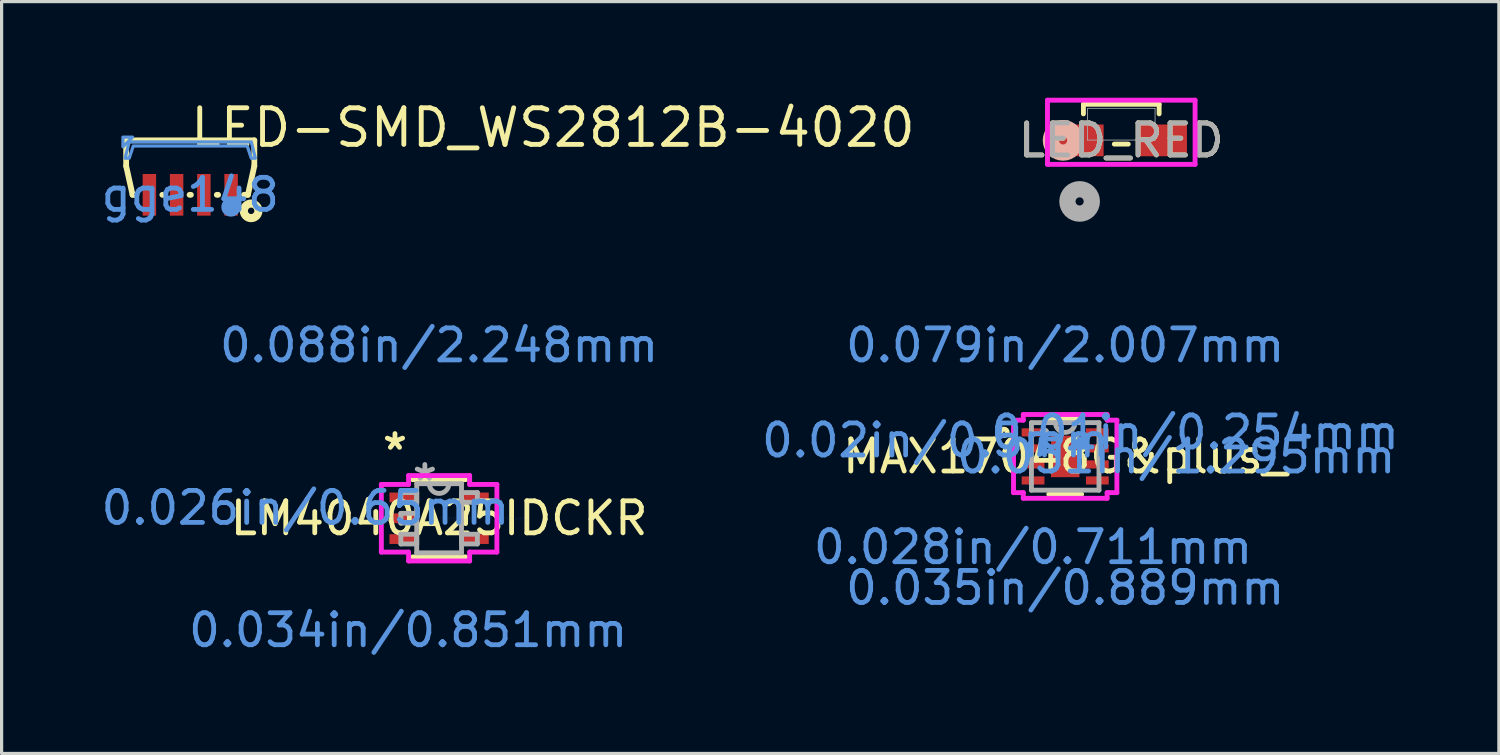
<source format=kicad_pcb>
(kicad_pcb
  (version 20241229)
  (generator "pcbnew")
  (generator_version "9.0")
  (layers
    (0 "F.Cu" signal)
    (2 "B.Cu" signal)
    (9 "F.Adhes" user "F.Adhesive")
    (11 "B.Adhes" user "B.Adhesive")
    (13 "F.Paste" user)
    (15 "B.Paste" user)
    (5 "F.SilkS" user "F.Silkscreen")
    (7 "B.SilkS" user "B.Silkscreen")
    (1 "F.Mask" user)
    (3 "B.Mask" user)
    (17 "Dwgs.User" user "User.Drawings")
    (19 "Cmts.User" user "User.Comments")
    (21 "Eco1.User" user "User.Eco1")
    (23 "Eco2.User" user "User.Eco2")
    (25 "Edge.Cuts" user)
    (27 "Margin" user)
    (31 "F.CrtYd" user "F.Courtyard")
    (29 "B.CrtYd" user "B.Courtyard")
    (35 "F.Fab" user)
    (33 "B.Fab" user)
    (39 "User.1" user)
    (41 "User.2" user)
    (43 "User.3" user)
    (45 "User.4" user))
  (footprint "LED_RED"
    (layer "F.Cu")
    (at 31.943 0.826)
    (property "Reference" "LED_RED" (at 0 0.505 0) (unlocked yes) (layer "F.SilkS") (effects (font (size 1 1) (thickness 0.15))))
    (attr smd)
    (fp_line (start -1.181 -0.622) (end -1.181 -0.323) (stroke (width 0.152) (type solid)) (layer "F.SilkS"))
    (fp_line (start -0.218 0.622) (end 0.218 0.622) (stroke (width 0.152) (type solid)) (layer "F.SilkS"))
    (fp_line (start 1.181 -0.622) (end -1.181 -0.622) (stroke (width 0.152) (type solid)) (layer "F.SilkS"))
    (fp_line (start 1.181 -0.323) (end 1.181 -0.622) (stroke (width 0.152) (type solid)) (layer "F.SilkS"))
    (fp_circle (center -1.816 0.505) (end -1.435 0.505) (stroke (width 0.508) (type solid)) (fill no) (layer "B.SilkS"))
    (fp_line (start -2.303 -0.749) (end -2.303 1.254) (stroke (width 0.152) (type solid)) (layer "F.CrtYd"))
    (fp_line (start -2.303 1.254) (end 2.303 1.254) (stroke (width 0.152) (type solid)) (layer "F.CrtYd"))
    (fp_line (start 2.303 -0.749) (end -2.303 -0.749) (stroke (width 0.152) (type solid)) (layer "F.CrtYd"))
    (fp_line (start 2.303 1.254) (end 2.303 -0.749) (stroke (width 0.152) (type solid)) (layer "F.CrtYd"))
    (fp_line (start -1.054 -0.495) (end -1.054 0.495) (stroke (width 0.025) (type solid)) (layer "F.Fab"))
    (fp_line (start -1.054 0.495) (end 1.054 0.495) (stroke (width 0.025) (type solid)) (layer "F.Fab"))
    (fp_line (start 1.054 -0.495) (end -1.054 -0.495) (stroke (width 0.025) (type solid)) (layer "F.Fab"))
    (fp_line (start 1.054 0.495) (end 1.054 -0.495) (stroke (width 0.025) (type solid)) (layer "F.Fab"))
    (fp_circle (center -1.3 2.41) (end -0.919 2.41) (stroke (width 0.508) (type solid)) (fill no) (layer "F.Fab"))
    (fp_text user "${REFERENCE}" (at 0 0.505 0) (unlocked yes) (layer "F.Fab") (effects (font (size 1 1) (thickness 0.15))))
    (pad "1" smd rect (at -1.3 0.505) (size 1.499 0.991) (layers "F.Cu" "F.Mask" "F.Paste"))
    (pad "2" smd rect (at 1.3 0.505) (size 1.499 0.991) (layers "F.Cu" "F.Mask" "F.Paste")))
  (footprint "LM4040A25IDCKR"
    (layer "F.Cu")
    (at 10.654 13.124)
    (property "Reference" "LM4040A25IDCKR" (at 0 0 0) (layer "F.SilkS") (effects (font (size 1 1) (thickness 0.15))))
    (attr through_hole)
    (fp_line (start -0.826 1.206) (end 0.826 1.206) (stroke (width 0.152) (type solid)) (layer "F.SilkS"))
    (fp_line (start 0.826 -1.206) (end -0.826 -1.206) (stroke (width 0.152) (type solid)) (layer "F.SilkS"))
    (fp_line (start 0.826 0.165) (end 0.826 -0.165) (stroke (width 0.152) (type solid)) (layer "F.SilkS"))
    (fp_line (start -1.803 -1.056) (end -0.953 -1.056) (stroke (width 0.152) (type solid)) (layer "F.CrtYd"))
    (fp_line (start -1.803 1.056) (end -1.803 -1.056) (stroke (width 0.152) (type solid)) (layer "F.CrtYd"))
    (fp_line (start -0.953 -1.333) (end 0.953 -1.333) (stroke (width 0.152) (type solid)) (layer "F.CrtYd"))
    (fp_line (start -0.953 -1.056) (end -0.953 -1.333) (stroke (width 0.152) (type solid)) (layer "F.CrtYd"))
    (fp_line (start -0.953 1.056) (end -1.803 1.056) (stroke (width 0.152) (type solid)) (layer "F.CrtYd"))
    (fp_line (start -0.953 1.333) (end -0.953 1.056) (stroke (width 0.152) (type solid)) (layer "F.CrtYd"))
    (fp_line (start 0.953 -1.333) (end 0.953 -1.056) (stroke (width 0.152) (type solid)) (layer "F.CrtYd"))
    (fp_line (start 0.953 -1.056) (end 1.803 -1.056) (stroke (width 0.152) (type solid)) (layer "F.CrtYd"))
    (fp_line (start 0.953 1.056) (end 0.953 1.333) (stroke (width 0.152) (type solid)) (layer "F.CrtYd"))
    (fp_line (start 0.953 1.333) (end -0.953 1.333) (stroke (width 0.152) (type solid)) (layer "F.CrtYd"))
    (fp_line (start 1.803 -1.056) (end 1.803 1.056) (stroke (width 0.152) (type solid)) (layer "F.CrtYd"))
    (fp_line (start 1.803 1.056) (end 0.953 1.056) (stroke (width 0.152) (type solid)) (layer "F.CrtYd"))
    (fp_line (start -1.194 -0.802) (end -1.194 -0.498) (stroke (width 0.152) (type solid)) (layer "F.Fab"))
    (fp_line (start -1.194 -0.498) (end -0.699 -0.498) (stroke (width 0.152) (type solid)) (layer "F.Fab"))
    (fp_line (start -1.194 -0.152) (end -1.194 0.152) (stroke (width 0.152) (type solid)) (layer "F.Fab"))
    (fp_line (start -1.194 0.152) (end -0.699 0.152) (stroke (width 0.152) (type solid)) (layer "F.Fab"))
    (fp_line (start -1.194 0.498) (end -1.194 0.802) (stroke (width 0.152) (type solid)) (layer "F.Fab"))
    (fp_line (start -1.194 0.802) (end -0.699 0.802) (stroke (width 0.152) (type solid)) (layer "F.Fab"))
    (fp_line (start -0.699 -1.079) (end -0.699 1.079) (stroke (width 0.152) (type solid)) (layer "F.Fab"))
    (fp_line (start -0.699 -0.802) (end -1.194 -0.802) (stroke (width 0.152) (type solid)) (layer "F.Fab"))
    (fp_line (start -0.699 -0.498) (end -0.699 -0.802) (stroke (width 0.152) (type solid)) (layer "F.Fab"))
    (fp_line (start -0.699 -0.152) (end -1.194 -0.152) (stroke (width 0.152) (type solid)) (layer "F.Fab"))
    (fp_line (start -0.699 0.152) (end -0.699 -0.152) (stroke (width 0.152) (type solid)) (layer "F.Fab"))
    (fp_line (start -0.699 0.498) (end -1.194 0.498) (stroke (width 0.152) (type solid)) (layer "F.Fab"))
    (fp_line (start -0.699 0.802) (end -0.699 0.498) (stroke (width 0.152) (type solid)) (layer "F.Fab"))
    (fp_line (start -0.699 1.079) (end 0.699 1.079) (stroke (width 0.152) (type solid)) (layer "F.Fab"))
    (fp_line (start 0.699 -1.079) (end -0.699 -1.079) (stroke (width 0.152) (type solid)) (layer "F.Fab"))
    (fp_line (start 0.699 -0.802) (end 0.699 -0.498) (stroke (width 0.152) (type solid)) (layer "F.Fab"))
    (fp_line (start 0.699 -0.498) (end 1.194 -0.498) (stroke (width 0.152) (type solid)) (layer "F.Fab"))
    (fp_line (start 0.699 0.498) (end 0.699 0.802) (stroke (width 0.152) (type solid)) (layer "F.Fab"))
    (fp_line (start 0.699 0.802) (end 1.194 0.802) (stroke (width 0.152) (type solid)) (layer "F.Fab"))
    (fp_line (start 0.699 1.079) (end 0.699 -1.079) (stroke (width 0.152) (type solid)) (layer "F.Fab"))
    (fp_line (start 1.194 -0.802) (end 0.699 -0.802) (stroke (width 0.152) (type solid)) (layer "F.Fab"))
    (fp_line (start 1.194 -0.498) (end 1.194 -0.802) (stroke (width 0.152) (type solid)) (layer "F.Fab"))
    (fp_line (start 1.194 0.498) (end 0.699 0.498) (stroke (width 0.152) (type solid)) (layer "F.Fab"))
    (fp_line (start 1.194 0.802) (end 1.194 0.498) (stroke (width 0.152) (type solid)) (layer "F.Fab"))
    (fp_arc (start 0.3048 -1.0795) (mid 0 -0.7747) (end -0.3048 -1.0795) (stroke (width 0.1524) (type solid)) (layer "F.Fab"))
    (fp_text user "*" (at -1.378 -2.098 0) (layer "F.SilkS") (effects (font (size 1 1) (thickness 0.15))))
    (fp_text user "0.088in/2.248mm" (at 0 -5.397 0) (layer "Cmts.User") (effects (font (size 1 1) (thickness 0.15))))
    (fp_text user "Copyright 2016 Accelerated Designs. All rights reserved." (at 0 0 0) (layer "Cmts.User") (effects (font (size 0.127 0.127) (thickness 0.002))))
    (fp_text user "0.034in/0.851mm" (at -0.965 3.493 0) (layer "Cmts.User") (effects (font (size 1 1) (thickness 0.15))))
    (fp_text user "0.026in/0.65mm" (at -4.172 -0.325 0) (layer "Cmts.User") (effects (font (size 1 1) (thickness 0.15))))
    (fp_text user "*" (at -0.445 -1.133 0) (layer "F.Fab") (effects (font (size 1 1) (thickness 0.15))))
    (pad "1" smd rect (at -1.124 -0.65) (size 0.851 0.305) (layers "F.Cu" "F.Mask" "F.Paste"))
    (pad "2" smd rect (at -1.124 0) (size 0.851 0.305) (layers "F.Cu" "F.Mask" "F.Paste"))
    (pad "3" smd rect (at -1.124 0.65) (size 0.851 0.305) (layers "F.Cu" "F.Mask" "F.Paste"))
    (pad "4" smd rect (at 1.124 0.65) (size 0.851 0.305) (layers "F.Cu" "F.Mask" "F.Paste"))
    (pad "5" smd rect (at 1.124 -0.65) (size 0.851 0.305) (layers "F.Cu" "F.Mask" "F.Paste")))
  (footprint "MAX17048G&plus_"
    (layer "F.Cu")
    (at 30.193 11.194)
    (property "Reference" "MAX17048G&plus_" (at 0 0 0) (layer "F.SilkS") (effects (font (size 1 1) (thickness 0.15))))
    (attr through_hole)
    (fp_line (start -0.513 1.181) (end 0.513 1.181) (stroke (width 0.152) (type solid)) (layer "F.SilkS"))
    (fp_line (start 0.513 -1.181) (end -0.513 -1.181) (stroke (width 0.152) (type solid)) (layer "F.SilkS"))
    (fp_circle (center -1.91 -0.75) (end -1.808 -0.75) (stroke (width 0.152) (type solid)) (fill no) (layer "F.SilkS"))
    (fp_line (start -1.613 -1.131) (end -1.308 -1.131) (stroke (width 0.152) (type solid)) (layer "F.CrtYd"))
    (fp_line (start -1.613 1.131) (end -1.613 -1.131) (stroke (width 0.152) (type solid)) (layer "F.CrtYd"))
    (fp_line (start -1.613 1.131) (end -1.308 1.131) (stroke (width 0.152) (type solid)) (layer "F.CrtYd"))
    (fp_line (start -1.308 -1.308) (end 1.308 -1.308) (stroke (width 0.152) (type solid)) (layer "F.CrtYd"))
    (fp_line (start -1.308 -1.131) (end -1.308 -1.308) (stroke (width 0.152) (type solid)) (layer "F.CrtYd"))
    (fp_line (start -1.308 1.308) (end -1.308 1.131) (stroke (width 0.152) (type solid)) (layer "F.CrtYd"))
    (fp_line (start 1.308 -1.308) (end 1.308 -1.131) (stroke (width 0.152) (type solid)) (layer "F.CrtYd"))
    (fp_line (start 1.308 1.131) (end 1.308 1.308) (stroke (width 0.152) (type solid)) (layer "F.CrtYd"))
    (fp_line (start 1.308 1.308) (end -1.308 1.308) (stroke (width 0.152) (type solid)) (layer "F.CrtYd"))
    (fp_line (start 1.613 -1.131) (end 1.308 -1.131) (stroke (width 0.152) (type solid)) (layer "F.CrtYd"))
    (fp_line (start 1.613 -1.131) (end 1.613 1.131) (stroke (width 0.152) (type solid)) (layer "F.CrtYd"))
    (fp_line (start 1.613 1.131) (end 1.308 1.131) (stroke (width 0.152) (type solid)) (layer "F.CrtYd"))
    (fp_line (start -1.054 -1.054) (end -1.054 1.054) (stroke (width 0.152) (type solid)) (layer "F.Fab"))
    (fp_line (start -1.054 1.054) (end 1.054 1.054) (stroke (width 0.152) (type solid)) (layer "F.Fab"))
    (fp_line (start 1.054 -1.054) (end -1.054 -1.054) (stroke (width 0.152) (type solid)) (layer "F.Fab"))
    (fp_line (start 1.054 1.054) (end 1.054 -1.054) (stroke (width 0.152) (type solid)) (layer "F.Fab"))
    (fp_arc (start 0.3048 -1.0541) (mid 0 -0.7493) (end -0.3048 -1.0541) (stroke (width 0.1524) (type solid)) (layer "F.Fab"))
    (fp_circle (center -0.648 -0.75) (end -0.572 -0.75) (stroke (width 0.152) (type solid)) (fill no) (layer "F.Fab"))
    (fp_text user "0.079in/2.007mm" (at 0 -3.467 0) (layer "Cmts.User") (effects (font (size 1 1) (thickness 0.15))))
    (fp_text user "0.01in/0.254mm" (at 4.051 -0.75 0) (layer "Cmts.User") (effects (font (size 1 1) (thickness 0.15))))
    (fp_text user "0.051in/1.295mm" (at 3.467 0 0) (layer "Cmts.User") (effects (font (size 1 1) (thickness 0.15))))
    (fp_text user "0.02in/0.5mm" (at -4.051 -0.5 0) (layer "Cmts.User") (effects (font (size 1 1) (thickness 0.15))))
    (fp_text user "0.028in/0.711mm" (at -1.003 2.832 0) (layer "Cmts.User") (effects (font (size 1 1) (thickness 0.15))))
    (fp_text user "Copyright 2016 Accelerated Designs. All rights reserved." (at 0 0 0) (layer "Cmts.User") (effects (font (size 0.127 0.127) (thickness 0.002))))
    (fp_text user "0.035in/0.889mm" (at 0 4.102 0) (layer "Cmts.User") (effects (font (size 1 1) (thickness 0.15))))
    (pad "1" smd rect (at -1.003 -0.75) (size 0.711 0.254) (layers "F.Cu" "F.Mask" "F.Paste"))
    (pad "2" smd rect (at -1.003 -0.25) (size 0.711 0.254) (layers "F.Cu" "F.Mask" "F.Paste"))
    (pad "3" smd rect (at -1.003 0.25) (size 0.711 0.254) (layers "F.Cu" "F.Mask" "F.Paste"))
    (pad "4" smd rect (at -1.003 0.75) (size 0.711 0.254) (layers "F.Cu" "F.Mask" "F.Paste"))
    (pad "5" smd rect (at 1.003 0.75) (size 0.711 0.254) (layers "F.Cu" "F.Mask" "F.Paste"))
    (pad "6" smd rect (at 1.003 0.25) (size 0.711 0.254) (layers "F.Cu" "F.Mask" "F.Paste"))
    (pad "7" smd rect (at 1.003 -0.25) (size 0.711 0.254) (layers "F.Cu" "F.Mask" "F.Paste"))
    (pad "8" smd rect (at 1.003 -0.75) (size 0.711 0.254) (layers "F.Cu" "F.Mask" "F.Paste"))
    (pad "9" smd rect (at 0 0) (size 0.889 1.295) (layers "F.Cu" "F.Mask" "F.Paste")))
  (footprint "LED-SMD_WS2812B-4020"
    (layer "F.Cu")
    (at 2.887 3.03)
    (property "Reference" "LED-SMD_WS2812B-4020" (at -0.075 -2.095 0) (layer "F.SilkS") (effects (font (size 1.143 1.143) (thickness 0.152)) (justify left)))
    (attr smd)
    (fp_line (start -2 -1.7) (end 2 -1.7) (stroke (width 0.18) (type solid)) (layer "F.SilkS"))
    (fp_line (start -2 -0.9) (end -2 -1.7) (stroke (width 0.18) (type solid)) (layer "F.SilkS"))
    (fp_line (start -1.8 0) (end -2 -0.9) (stroke (width 0.18) (type solid)) (layer "F.SilkS"))
    (fp_line (start -1.679 0) (end -1.8 0) (stroke (width 0.18) (type solid)) (layer "F.SilkS"))
    (fp_line (start -0.829 0) (end -0.871 0) (stroke (width 0.18) (type solid)) (layer "F.SilkS"))
    (fp_line (start 0.021 0) (end -0.021 0) (stroke (width 0.18) (type solid)) (layer "F.SilkS"))
    (fp_line (start 0.871 0) (end 0.829 0) (stroke (width 0.18) (type solid)) (layer "F.SilkS"))
    (fp_line (start 1.8 0) (end 1.679 0) (stroke (width 0.18) (type solid)) (layer "F.SilkS"))
    (fp_line (start 2 -1.7) (end 2 -0.9) (stroke (width 0.18) (type solid)) (layer "F.SilkS"))
    (fp_line (start 2 -0.9) (end 1.8 0) (stroke (width 0.18) (type solid)) (layer "F.SilkS"))
    (fp_circle (center 1.9 0.5) (end 2 0.5) (stroke (width 0.254) (type solid)) (fill no) (layer "F.SilkS"))
    (fp_circle (center 1.27 0.381) (end 1.42 0.381) (stroke (width 0.3) (type solid)) (fill no) (layer "Cmts.User"))
    (fp_poly (pts (xy -1.8 -1.8) (xy -2.1 -1.8) (xy -2.1 -1.5)) (stroke (width 0.1) (type solid)) (fill no) (layer "Cmts.User"))
    (fp_poly (pts (xy -2.032 -1.143) (xy -1.905 -1.651) (xy 1.905 -1.651) (xy 2.032 -1.143) (xy 1.905 -1.143) (xy 1.778 -1.524) (xy -1.778 -1.524) (xy -1.905 -1.143)) (stroke (width 0.1) (type solid)) (fill no) (layer "Cmts.User"))
    (fp_text user "gge148" (at 0 0 0) (layer "Cmts.User") (effects (font (size 1 1) (thickness 0.15))))
    (pad "1" smd rect (at 1.275 0) (size 0.42 1.3) (layers "F.Cu" "F.Mask" "F.Paste"))
    (pad "2" smd rect (at 0.425 0 180) (size 0.42 1.3) (layers "F.Cu" "F.Mask" "F.Paste"))
    (pad "3" smd rect (at -0.425 0 180) (size 0.42 1.3) (layers "F.Cu" "F.Mask" "F.Paste"))
    (pad "4" smd rect (at -1.275 0 180) (size 0.42 1.3) (layers "F.Cu" "F.Mask" "F.Paste")))
  (gr_rect
    (start -3 -3)
    (end 43.727 20.465)
    (stroke (width 0.1) (type default))
    (fill no)
    (layer "Edge.Cuts")))
</source>
